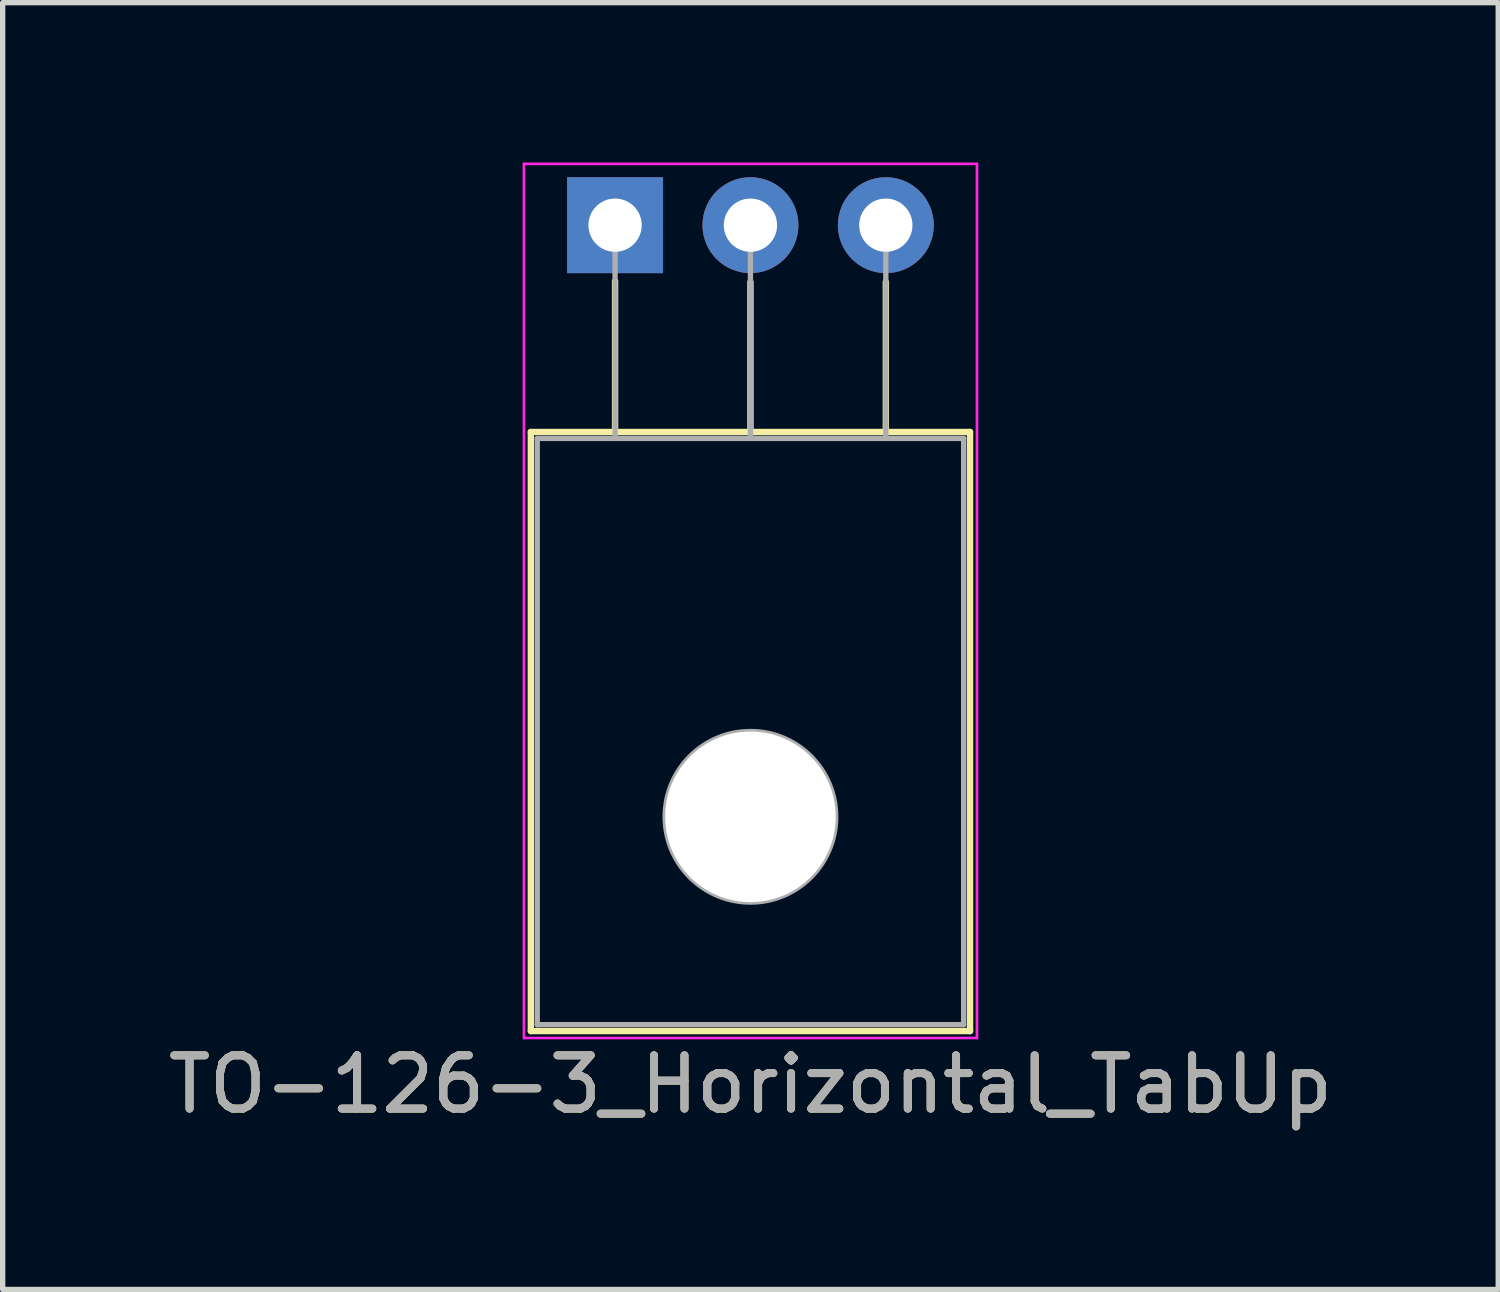
<source format=kicad_pcb>
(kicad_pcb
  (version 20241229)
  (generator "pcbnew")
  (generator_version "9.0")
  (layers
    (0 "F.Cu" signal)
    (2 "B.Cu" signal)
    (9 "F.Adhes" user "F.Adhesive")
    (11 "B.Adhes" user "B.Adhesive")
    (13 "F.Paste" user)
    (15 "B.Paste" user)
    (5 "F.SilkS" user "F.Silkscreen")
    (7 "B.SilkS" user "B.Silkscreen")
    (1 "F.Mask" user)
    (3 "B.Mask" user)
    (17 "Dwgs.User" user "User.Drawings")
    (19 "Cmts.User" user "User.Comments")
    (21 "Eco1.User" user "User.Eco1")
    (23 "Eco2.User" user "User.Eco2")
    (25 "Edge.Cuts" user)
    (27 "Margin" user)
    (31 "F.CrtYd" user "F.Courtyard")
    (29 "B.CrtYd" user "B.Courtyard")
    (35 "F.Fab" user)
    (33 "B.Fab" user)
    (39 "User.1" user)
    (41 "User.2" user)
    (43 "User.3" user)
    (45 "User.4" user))
  (footprint "TO-126-3_Horizontal_TabUp"
    (layer "F.Cu")
    (at 8.49 1.175)
    (property "Reference" "TO-126-3_Horizontal_TabUp" (at 2.54 16.12 0) (layer "F.SilkS") (effects (font (size 1 1) (thickness 0.15))))
    (attr through_hole)
    (fp_line (start -1.58 3.88) (end -1.58 15.12) (stroke (width 0.12) (type solid)) (layer "F.SilkS"))
    (fp_line (start -1.58 3.88) (end 6.66 3.88) (stroke (width 0.12) (type solid)) (layer "F.SilkS"))
    (fp_line (start -1.58 15.12) (end 6.66 15.12) (stroke (width 0.12) (type solid)) (layer "F.SilkS"))
    (fp_line (start 0 1.05) (end 0 3.88) (stroke (width 0.12) (type solid)) (layer "F.SilkS"))
    (fp_line (start 2.54 1.066) (end 2.54 3.88) (stroke (width 0.12) (type solid)) (layer "F.SilkS"))
    (fp_line (start 5.08 1.066) (end 5.08 3.88) (stroke (width 0.12) (type solid)) (layer "F.SilkS"))
    (fp_line (start 6.66 3.88) (end 6.66 15.12) (stroke (width 0.12) (type solid)) (layer "F.SilkS"))
    (fp_line (start -1.71 -1.15) (end -1.71 15.25) (stroke (width 0.05) (type solid)) (layer "F.CrtYd"))
    (fp_line (start -1.71 15.25) (end 6.79 15.25) (stroke (width 0.05) (type solid)) (layer "F.CrtYd"))
    (fp_line (start 6.79 -1.15) (end -1.71 -1.15) (stroke (width 0.05) (type solid)) (layer "F.CrtYd"))
    (fp_line (start 6.79 15.25) (end 6.79 -1.15) (stroke (width 0.05) (type solid)) (layer "F.CrtYd"))
    (fp_line (start -1.46 4) (end -1.46 15) (stroke (width 0.1) (type solid)) (layer "F.Fab"))
    (fp_line (start -1.46 15) (end 6.54 15) (stroke (width 0.1) (type solid)) (layer "F.Fab"))
    (fp_line (start 0 4) (end 0 0) (stroke (width 0.1) (type solid)) (layer "F.Fab"))
    (fp_line (start 2.54 4) (end 2.54 0) (stroke (width 0.1) (type solid)) (layer "F.Fab"))
    (fp_line (start 5.08 4) (end 5.08 0) (stroke (width 0.1) (type solid)) (layer "F.Fab"))
    (fp_line (start 6.54 4) (end -1.46 4) (stroke (width 0.1) (type solid)) (layer "F.Fab"))
    (fp_line (start 6.54 15) (end 6.54 4) (stroke (width 0.1) (type solid)) (layer "F.Fab"))
    (fp_circle (center 2.54 11.1) (end 4.14 11.1) (stroke (width 0.1) (type solid)) (fill no) (layer "F.Fab"))
    (fp_text user "${REFERENCE}" (at 2.54 16.12 0) (layer "F.Fab") (effects (font (size 1 1) (thickness 0.15))))
    (pad "" np_thru_hole oval (at 2.54 11.1) (size 3.2 3.2) (drill 3.2) (layers "*.Cu" "*.Mask"))
    (pad "1" thru_hole rect (at 0 0) (size 1.8 1.8) (drill 1) (layers "*.Cu" "*.Mask"))
    (pad "2" thru_hole oval (at 2.54 0) (size 1.8 1.8) (drill 1) (layers "*.Cu" "*.Mask"))
    (pad "3" thru_hole oval (at 5.08 0) (size 1.8 1.8) (drill 1) (layers "*.Cu" "*.Mask")))
  (gr_rect
    (start -3 -3)
    (end 25.06 21.143)
    (stroke (width 0.1) (type default))
    (fill no)
    (layer "Edge.Cuts")))
</source>
